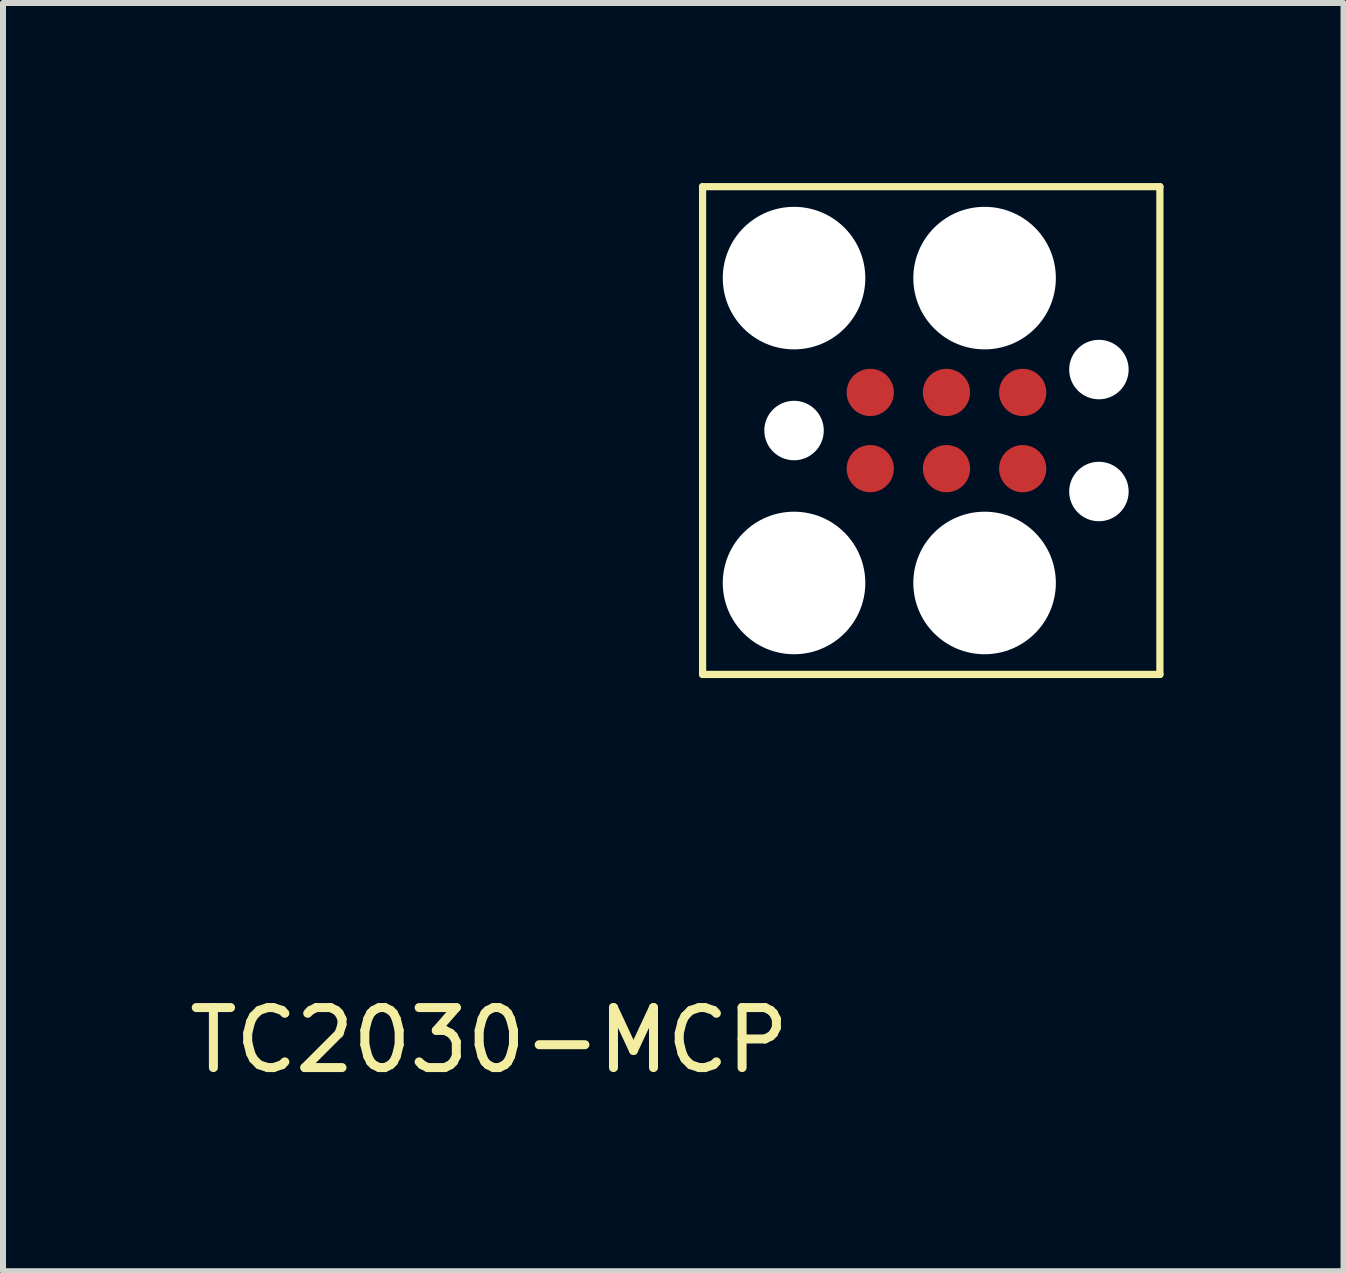
<source format=kicad_pcb>
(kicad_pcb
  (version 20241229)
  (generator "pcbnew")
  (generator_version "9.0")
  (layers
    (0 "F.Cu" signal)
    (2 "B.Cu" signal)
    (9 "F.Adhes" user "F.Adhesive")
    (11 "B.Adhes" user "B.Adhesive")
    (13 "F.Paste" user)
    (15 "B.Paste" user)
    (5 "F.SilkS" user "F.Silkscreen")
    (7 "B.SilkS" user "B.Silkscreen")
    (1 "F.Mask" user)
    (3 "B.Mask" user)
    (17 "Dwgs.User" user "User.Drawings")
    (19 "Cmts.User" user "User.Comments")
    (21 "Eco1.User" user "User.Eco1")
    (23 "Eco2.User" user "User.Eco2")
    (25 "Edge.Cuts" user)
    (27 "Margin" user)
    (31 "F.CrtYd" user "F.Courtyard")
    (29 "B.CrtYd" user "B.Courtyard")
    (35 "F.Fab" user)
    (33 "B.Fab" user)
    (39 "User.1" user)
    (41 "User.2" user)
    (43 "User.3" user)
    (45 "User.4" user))
  (footprint "TC2030-MCP"
    (layer "F.Cu")
    (at 12.721 4.124)
    (property "Reference" "TC2030-MCP" (at -7.62 10.16 0) (layer "F.SilkS") (effects (font (size 1 1) (thickness 0.15))))
    (attr through_hole)
    (fp_line (start -4.064 -4.064) (end 3.556 -4.064) (stroke (width 0.12) (type solid)) (layer "F.SilkS"))
    (fp_line (start -4.064 4.064) (end -4.064 -4.064) (stroke (width 0.12) (type solid)) (layer "F.SilkS"))
    (fp_line (start 3.556 -4.064) (end 3.556 4.064) (stroke (width 0.12) (type solid)) (layer "F.SilkS"))
    (fp_line (start 3.556 4.064) (end -4.064 4.064) (stroke (width 0.12) (type solid)) (layer "F.SilkS"))
    (pad "" np_thru_hole circle (at -2.54 -2.54) (size 2.375 2.375) (drill 2.375) (layers "*.Cu" "*.Mask"))
    (pad "" np_thru_hole circle (at -2.54 0) (size 0.991 0.991) (drill 0.991) (layers "*.Cu" "*.Mask"))
    (pad "" np_thru_hole circle (at -2.54 2.54) (size 2.375 2.375) (drill 2.375) (layers "*.Cu" "*.Mask"))
    (pad "" np_thru_hole circle (at 0.635 -2.54) (size 2.375 2.375) (drill 2.375) (layers "*.Cu" "*.Mask"))
    (pad "" np_thru_hole circle (at 0.635 2.54) (size 2.375 2.375) (drill 2.375) (layers "*.Cu" "*.Mask"))
    (pad "" np_thru_hole circle (at 2.54 -1.016) (size 0.991 0.991) (drill 0.991) (layers "*.Cu" "*.Mask"))
    (pad "" np_thru_hole circle (at 2.54 1.016) (size 0.991 0.991) (drill 0.991) (layers "*.Cu" "*.Mask"))
    (pad "1" smd circle (at -1.27 0.635) (size 0.787 0.787) (layers "F.Cu" "F.Mask" "F.Paste"))
    (pad "2" smd circle (at -1.27 -0.635) (size 0.787 0.787) (layers "F.Cu" "F.Mask" "F.Paste"))
    (pad "3" smd circle (at 0 0.635) (size 0.787 0.787) (layers "F.Cu" "F.Mask" "F.Paste"))
    (pad "4" smd circle (at 0 -0.635) (size 0.787 0.787) (layers "F.Cu" "F.Mask" "F.Paste"))
    (pad "5" smd circle (at 1.27 0.635) (size 0.787 0.787) (layers "F.Cu" "F.Mask" "F.Paste"))
    (pad "6" smd circle (at 1.27 -0.635) (size 0.787 0.787) (layers "F.Cu" "F.Mask" "F.Paste")))
  (gr_rect
    (start -3 -3)
    (end 19.337 18.132)
    (stroke (width 0.1) (type default))
    (fill no)
    (layer "Edge.Cuts")))
</source>
